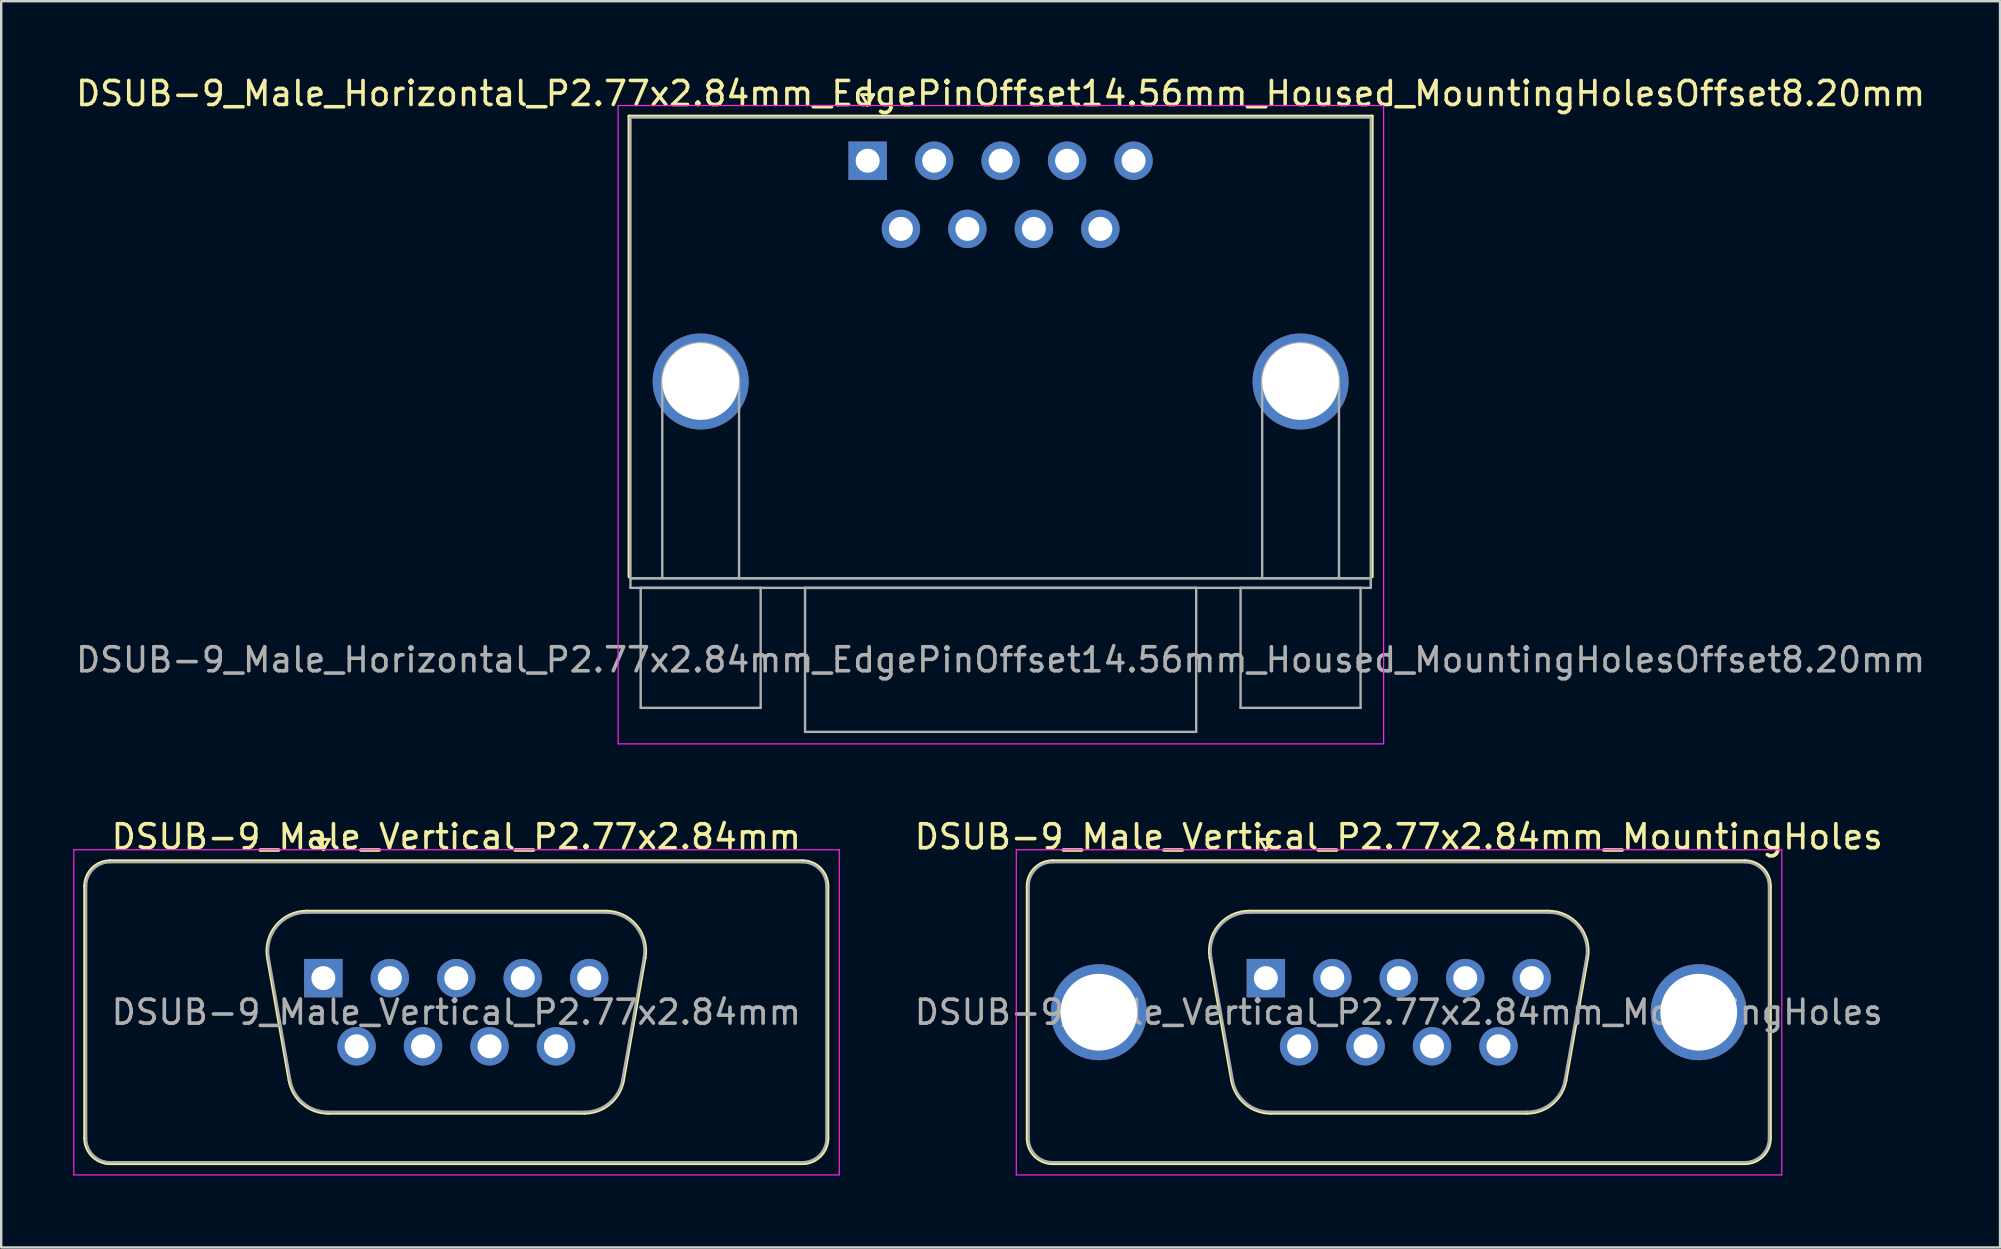
<source format=kicad_pcb>
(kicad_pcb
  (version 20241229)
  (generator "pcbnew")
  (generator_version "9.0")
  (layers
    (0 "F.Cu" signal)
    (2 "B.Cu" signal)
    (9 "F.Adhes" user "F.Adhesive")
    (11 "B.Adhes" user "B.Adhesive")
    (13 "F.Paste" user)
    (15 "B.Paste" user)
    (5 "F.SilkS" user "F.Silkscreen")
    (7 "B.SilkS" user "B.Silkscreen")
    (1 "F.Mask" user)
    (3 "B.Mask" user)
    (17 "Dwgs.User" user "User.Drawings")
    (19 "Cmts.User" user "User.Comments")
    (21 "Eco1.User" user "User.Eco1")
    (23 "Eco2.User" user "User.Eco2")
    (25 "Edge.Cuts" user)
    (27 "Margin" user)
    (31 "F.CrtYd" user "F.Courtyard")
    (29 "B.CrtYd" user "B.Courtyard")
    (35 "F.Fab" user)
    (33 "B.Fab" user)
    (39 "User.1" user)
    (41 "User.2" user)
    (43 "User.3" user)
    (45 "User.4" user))
  (footprint "DSUB-9_Male_Vertical_P2.77x2.84mm_MountingHoles"
    (layer "F.Cu")
    (at 49.702 37.712)
    (property "Reference" "DSUB-9_Male_Vertical_P2.77x2.84mm_MountingHoles" (at 5.54 -5.89 0) (layer "F.SilkS") (effects (font (size 1 1) (thickness 0.15))))
    (attr through_hole)
    (fp_line (start -9.945 6.67) (end -9.945 -3.83) (stroke (width 0.12) (type solid)) (layer "F.SilkS"))
    (fp_line (start -8.885 -4.89) (end 19.965 -4.89) (stroke (width 0.12) (type solid)) (layer "F.SilkS"))
    (fp_line (start -2.326 -0.842) (end -1.427 4.258) (stroke (width 0.12) (type solid)) (layer "F.SilkS"))
    (fp_line (start -0.692 -2.79) (end 11.772 -2.79) (stroke (width 0.12) (type solid)) (layer "F.SilkS"))
    (fp_line (start -0.25 -5.784) (end 0.25 -5.784) (stroke (width 0.12) (type solid)) (layer "F.SilkS"))
    (fp_line (start 0 -5.351) (end -0.25 -5.784) (stroke (width 0.12) (type solid)) (layer "F.SilkS"))
    (fp_line (start 0.208 5.63) (end 10.872 5.63) (stroke (width 0.12) (type solid)) (layer "F.SilkS"))
    (fp_line (start 0.25 -5.784) (end 0 -5.351) (stroke (width 0.12) (type solid)) (layer "F.SilkS"))
    (fp_line (start 13.406 -0.842) (end 12.507 4.258) (stroke (width 0.12) (type solid)) (layer "F.SilkS"))
    (fp_line (start 19.965 7.73) (end -8.885 7.73) (stroke (width 0.12) (type solid)) (layer "F.SilkS"))
    (fp_line (start 21.025 -3.83) (end 21.025 6.67) (stroke (width 0.12) (type solid)) (layer "F.SilkS"))
    (fp_arc (start -9.945 -3.83) (mid -9.634533 -4.579533) (end -8.885 -4.89) (stroke (width 0.12) (type solid)) (layer "F.SilkS"))
    (fp_arc (start -8.885 7.73) (mid -9.634533 7.419533) (end -9.945 6.67) (stroke (width 0.12) (type solid)) (layer "F.SilkS"))
    (fp_arc (start -2.32647 -0.841744) (mid -1.963323 -2.197028) (end -0.691689 -2.79) (stroke (width 0.12) (type solid)) (layer "F.SilkS"))
    (fp_arc (start 0.207579 5.63) (mid -0.859448 5.241634) (end -1.427202 4.258256) (stroke (width 0.12) (type solid)) (layer "F.SilkS"))
    (fp_arc (start 11.771689 -2.79) (mid 13.043323 -2.197027) (end 13.40647 -0.841744) (stroke (width 0.12) (type solid)) (layer "F.SilkS"))
    (fp_arc (start 12.507202 4.258256) (mid 11.939449 5.241634) (end 10.872421 5.63) (stroke (width 0.12) (type solid)) (layer "F.SilkS"))
    (fp_arc (start 19.965 -4.89) (mid 20.714533 -4.579533) (end 21.025 -3.83) (stroke (width 0.12) (type solid)) (layer "F.SilkS"))
    (fp_arc (start 21.025 6.67) (mid 20.714533 7.419533) (end 19.965 7.73) (stroke (width 0.12) (type solid)) (layer "F.SilkS"))
    (fp_line (start -10.4 -5.35) (end -10.4 8.2) (stroke (width 0.05) (type solid)) (layer "F.CrtYd"))
    (fp_line (start -10.4 8.2) (end 21.5 8.2) (stroke (width 0.05) (type solid)) (layer "F.CrtYd"))
    (fp_line (start 21.5 -5.35) (end -10.4 -5.35) (stroke (width 0.05) (type solid)) (layer "F.CrtYd"))
    (fp_line (start 21.5 8.2) (end 21.5 -5.35) (stroke (width 0.05) (type solid)) (layer "F.CrtYd"))
    (fp_line (start -9.885 6.67) (end -9.885 -3.83) (stroke (width 0.1) (type solid)) (layer "F.Fab"))
    (fp_line (start -8.885 -4.83) (end 19.965 -4.83) (stroke (width 0.1) (type solid)) (layer "F.Fab"))
    (fp_line (start -2.279 -0.852) (end -1.38 4.248) (stroke (width 0.1) (type solid)) (layer "F.Fab"))
    (fp_line (start -0.703 -2.73) (end 11.783 -2.73) (stroke (width 0.1) (type solid)) (layer "F.Fab"))
    (fp_line (start 0.196 5.57) (end 10.884 5.57) (stroke (width 0.1) (type solid)) (layer "F.Fab"))
    (fp_line (start 13.359 -0.852) (end 12.46 4.248) (stroke (width 0.1) (type solid)) (layer "F.Fab"))
    (fp_line (start 19.965 7.67) (end -8.885 7.67) (stroke (width 0.1) (type solid)) (layer "F.Fab"))
    (fp_line (start 20.965 -3.83) (end 20.965 6.67) (stroke (width 0.1) (type solid)) (layer "F.Fab"))
    (fp_arc (start -9.885 -3.83) (mid -9.592107 -4.537107) (end -8.885 -4.83) (stroke (width 0.1) (type solid)) (layer "F.Fab"))
    (fp_arc (start -8.885 7.67) (mid -9.592107 7.377107) (end -9.885 6.67) (stroke (width 0.1) (type solid)) (layer "F.Fab"))
    (fp_arc (start -2.278886 -0.852163) (mid -1.928865 -2.15846) (end -0.703194 -2.73) (stroke (width 0.1) (type solid)) (layer "F.Fab"))
    (fp_arc (start 0.196073 5.57) (mid -0.832387 5.195671) (end -1.379619 4.247837) (stroke (width 0.1) (type solid)) (layer "F.Fab"))
    (fp_arc (start 11.783194 -2.73) (mid 13.008865 -2.15846) (end 13.358886 -0.852163) (stroke (width 0.1) (type solid)) (layer "F.Fab"))
    (fp_arc (start 12.459619 4.247837) (mid 11.912387 5.195671) (end 10.883927 5.57) (stroke (width 0.1) (type solid)) (layer "F.Fab"))
    (fp_arc (start 19.965 -4.83) (mid 20.672107 -4.537107) (end 20.965 -3.83) (stroke (width 0.1) (type solid)) (layer "F.Fab"))
    (fp_arc (start 20.965 6.67) (mid 20.672107 7.377107) (end 19.965 7.67) (stroke (width 0.1) (type solid)) (layer "F.Fab"))
    (fp_text user "${REFERENCE}" (at 5.54 1.42 0) (layer "F.Fab") (effects (font (size 1 1) (thickness 0.15))))
    (pad "0" thru_hole circle (at -6.96 1.42) (size 4 4) (drill 3.2) (layers "*.Cu" "*.Mask"))
    (pad "0" thru_hole circle (at 18.04 1.42) (size 4 4) (drill 3.2) (layers "*.Cu" "*.Mask"))
    (pad "1" thru_hole rect (at 0 0) (size 1.6 1.6) (drill 1) (layers "*.Cu" "*.Mask"))
    (pad "2" thru_hole circle (at 2.77 0) (size 1.6 1.6) (drill 1) (layers "*.Cu" "*.Mask"))
    (pad "3" thru_hole circle (at 5.54 0) (size 1.6 1.6) (drill 1) (layers "*.Cu" "*.Mask"))
    (pad "4" thru_hole circle (at 8.31 0) (size 1.6 1.6) (drill 1) (layers "*.Cu" "*.Mask"))
    (pad "5" thru_hole circle (at 11.08 0) (size 1.6 1.6) (drill 1) (layers "*.Cu" "*.Mask"))
    (pad "6" thru_hole circle (at 1.385 2.84) (size 1.6 1.6) (drill 1) (layers "*.Cu" "*.Mask"))
    (pad "7" thru_hole circle (at 4.155 2.84) (size 1.6 1.6) (drill 1) (layers "*.Cu" "*.Mask"))
    (pad "8" thru_hole circle (at 6.925 2.84) (size 1.6 1.6) (drill 1) (layers "*.Cu" "*.Mask"))
    (pad "9" thru_hole circle (at 9.695 2.84) (size 1.6 1.6) (drill 1) (layers "*.Cu" "*.Mask")))
  (footprint "DSUB-9_Male_Vertical_P2.77x2.84mm"
    (layer "F.Cu")
    (at 10.425 37.712)
    (property "Reference" "DSUB-9_Male_Vertical_P2.77x2.84mm" (at 5.54 -5.89 0) (layer "F.SilkS") (effects (font (size 1 1) (thickness 0.15))))
    (attr through_hole)
    (fp_line (start -9.945 6.67) (end -9.945 -3.83) (stroke (width 0.12) (type solid)) (layer "F.SilkS"))
    (fp_line (start -8.885 -4.89) (end 19.965 -4.89) (stroke (width 0.12) (type solid)) (layer "F.SilkS"))
    (fp_line (start -2.326 -0.842) (end -1.427 4.258) (stroke (width 0.12) (type solid)) (layer "F.SilkS"))
    (fp_line (start -0.692 -2.79) (end 11.772 -2.79) (stroke (width 0.12) (type solid)) (layer "F.SilkS"))
    (fp_line (start -0.25 -5.784) (end 0.25 -5.784) (stroke (width 0.12) (type solid)) (layer "F.SilkS"))
    (fp_line (start 0 -5.351) (end -0.25 -5.784) (stroke (width 0.12) (type solid)) (layer "F.SilkS"))
    (fp_line (start 0.208 5.63) (end 10.872 5.63) (stroke (width 0.12) (type solid)) (layer "F.SilkS"))
    (fp_line (start 0.25 -5.784) (end 0 -5.351) (stroke (width 0.12) (type solid)) (layer "F.SilkS"))
    (fp_line (start 13.406 -0.842) (end 12.507 4.258) (stroke (width 0.12) (type solid)) (layer "F.SilkS"))
    (fp_line (start 19.965 7.73) (end -8.885 7.73) (stroke (width 0.12) (type solid)) (layer "F.SilkS"))
    (fp_line (start 21.025 -3.83) (end 21.025 6.67) (stroke (width 0.12) (type solid)) (layer "F.SilkS"))
    (fp_arc (start -9.945 -3.83) (mid -9.634533 -4.579533) (end -8.885 -4.89) (stroke (width 0.12) (type solid)) (layer "F.SilkS"))
    (fp_arc (start -8.885 7.73) (mid -9.634533 7.419533) (end -9.945 6.67) (stroke (width 0.12) (type solid)) (layer "F.SilkS"))
    (fp_arc (start -2.32647 -0.841744) (mid -1.963323 -2.197028) (end -0.691689 -2.79) (stroke (width 0.12) (type solid)) (layer "F.SilkS"))
    (fp_arc (start 0.207579 5.63) (mid -0.859448 5.241634) (end -1.427202 4.258256) (stroke (width 0.12) (type solid)) (layer "F.SilkS"))
    (fp_arc (start 11.771689 -2.79) (mid 13.043323 -2.197027) (end 13.40647 -0.841744) (stroke (width 0.12) (type solid)) (layer "F.SilkS"))
    (fp_arc (start 12.507202 4.258256) (mid 11.939449 5.241634) (end 10.872421 5.63) (stroke (width 0.12) (type solid)) (layer "F.SilkS"))
    (fp_arc (start 19.965 -4.89) (mid 20.714533 -4.579533) (end 21.025 -3.83) (stroke (width 0.12) (type solid)) (layer "F.SilkS"))
    (fp_arc (start 21.025 6.67) (mid 20.714533 7.419533) (end 19.965 7.73) (stroke (width 0.12) (type solid)) (layer "F.SilkS"))
    (fp_line (start -10.4 -5.35) (end -10.4 8.2) (stroke (width 0.05) (type solid)) (layer "F.CrtYd"))
    (fp_line (start -10.4 8.2) (end 21.5 8.2) (stroke (width 0.05) (type solid)) (layer "F.CrtYd"))
    (fp_line (start 21.5 -5.35) (end -10.4 -5.35) (stroke (width 0.05) (type solid)) (layer "F.CrtYd"))
    (fp_line (start 21.5 8.2) (end 21.5 -5.35) (stroke (width 0.05) (type solid)) (layer "F.CrtYd"))
    (fp_line (start -9.885 6.67) (end -9.885 -3.83) (stroke (width 0.1) (type solid)) (layer "F.Fab"))
    (fp_line (start -8.885 -4.83) (end 19.965 -4.83) (stroke (width 0.1) (type solid)) (layer "F.Fab"))
    (fp_line (start -2.279 -0.852) (end -1.38 4.248) (stroke (width 0.1) (type solid)) (layer "F.Fab"))
    (fp_line (start -0.703 -2.73) (end 11.783 -2.73) (stroke (width 0.1) (type solid)) (layer "F.Fab"))
    (fp_line (start 0.196 5.57) (end 10.884 5.57) (stroke (width 0.1) (type solid)) (layer "F.Fab"))
    (fp_line (start 13.359 -0.852) (end 12.46 4.248) (stroke (width 0.1) (type solid)) (layer "F.Fab"))
    (fp_line (start 19.965 7.67) (end -8.885 7.67) (stroke (width 0.1) (type solid)) (layer "F.Fab"))
    (fp_line (start 20.965 -3.83) (end 20.965 6.67) (stroke (width 0.1) (type solid)) (layer "F.Fab"))
    (fp_arc (start -9.885 -3.83) (mid -9.592107 -4.537107) (end -8.885 -4.83) (stroke (width 0.1) (type solid)) (layer "F.Fab"))
    (fp_arc (start -8.885 7.67) (mid -9.592107 7.377107) (end -9.885 6.67) (stroke (width 0.1) (type solid)) (layer "F.Fab"))
    (fp_arc (start -2.278886 -0.852163) (mid -1.928865 -2.15846) (end -0.703194 -2.73) (stroke (width 0.1) (type solid)) (layer "F.Fab"))
    (fp_arc (start 0.196073 5.57) (mid -0.832387 5.195671) (end -1.379619 4.247837) (stroke (width 0.1) (type solid)) (layer "F.Fab"))
    (fp_arc (start 11.783194 -2.73) (mid 13.008865 -2.15846) (end 13.358886 -0.852163) (stroke (width 0.1) (type solid)) (layer "F.Fab"))
    (fp_arc (start 12.459619 4.247837) (mid 11.912387 5.195671) (end 10.883927 5.57) (stroke (width 0.1) (type solid)) (layer "F.Fab"))
    (fp_arc (start 19.965 -4.83) (mid 20.672107 -4.537107) (end 20.965 -3.83) (stroke (width 0.1) (type solid)) (layer "F.Fab"))
    (fp_arc (start 20.965 6.67) (mid 20.672107 7.377107) (end 19.965 7.67) (stroke (width 0.1) (type solid)) (layer "F.Fab"))
    (fp_text user "${REFERENCE}" (at 5.54 1.42 0) (layer "F.Fab") (effects (font (size 1 1) (thickness 0.15))))
    (pad "1" thru_hole rect (at 0 0) (size 1.6 1.6) (drill 1) (layers "*.Cu" "*.Mask"))
    (pad "2" thru_hole circle (at 2.77 0) (size 1.6 1.6) (drill 1) (layers "*.Cu" "*.Mask"))
    (pad "3" thru_hole circle (at 5.54 0) (size 1.6 1.6) (drill 1) (layers "*.Cu" "*.Mask"))
    (pad "4" thru_hole circle (at 8.31 0) (size 1.6 1.6) (drill 1) (layers "*.Cu" "*.Mask"))
    (pad "5" thru_hole circle (at 11.08 0) (size 1.6 1.6) (drill 1) (layers "*.Cu" "*.Mask"))
    (pad "6" thru_hole circle (at 1.385 2.84) (size 1.6 1.6) (drill 1) (layers "*.Cu" "*.Mask"))
    (pad "7" thru_hole circle (at 4.155 2.84) (size 1.6 1.6) (drill 1) (layers "*.Cu" "*.Mask"))
    (pad "8" thru_hole circle (at 6.925 2.84) (size 1.6 1.6) (drill 1) (layers "*.Cu" "*.Mask"))
    (pad "9" thru_hole circle (at 9.695 2.84) (size 1.6 1.6) (drill 1) (layers "*.Cu" "*.Mask")))
  (footprint "DSUB-9_Male_Horizontal_P2.77x2.84mm_EdgePinOffset14.56mm_Housed_MountingHolesOffset8.20mm"
    (layer "F.Cu")
    (at 33.109 3.648)
    (property "Reference" "DSUB-9_Male_Horizontal_P2.77x2.84mm_EdgePinOffset14.56mm_Housed_MountingHolesOffset8.20mm" (at 5.54 -2.8 0) (layer "F.SilkS") (effects (font (size 1 1) (thickness 0.15))))
    (attr through_hole)
    (fp_line (start -9.945 -1.86) (end 21.025 -1.86) (stroke (width 0.12) (type solid)) (layer "F.SilkS"))
    (fp_line (start -9.945 17.34) (end -9.945 -1.86) (stroke (width 0.12) (type solid)) (layer "F.SilkS"))
    (fp_line (start -0.25 -2.754) (end 0.25 -2.754) (stroke (width 0.12) (type solid)) (layer "F.SilkS"))
    (fp_line (start 0 -2.321) (end -0.25 -2.754) (stroke (width 0.12) (type solid)) (layer "F.SilkS"))
    (fp_line (start 0.25 -2.754) (end 0 -2.321) (stroke (width 0.12) (type solid)) (layer "F.SilkS"))
    (fp_line (start 21.025 -1.86) (end 21.025 17.34) (stroke (width 0.12) (type solid)) (layer "F.SilkS"))
    (fp_line (start -10.4 -2.3) (end -10.4 24.3) (stroke (width 0.05) (type solid)) (layer "F.CrtYd"))
    (fp_line (start -10.4 24.3) (end 21.5 24.3) (stroke (width 0.05) (type solid)) (layer "F.CrtYd"))
    (fp_line (start 21.5 -2.3) (end -10.4 -2.3) (stroke (width 0.05) (type solid)) (layer "F.CrtYd"))
    (fp_line (start 21.5 24.3) (end 21.5 -2.3) (stroke (width 0.05) (type solid)) (layer "F.CrtYd"))
    (fp_line (start -9.885 -1.8) (end -9.885 17.4) (stroke (width 0.1) (type solid)) (layer "F.Fab"))
    (fp_line (start -9.885 17.4) (end -9.885 17.8) (stroke (width 0.1) (type solid)) (layer "F.Fab"))
    (fp_line (start -9.885 17.4) (end 20.965 17.4) (stroke (width 0.1) (type solid)) (layer "F.Fab"))
    (fp_line (start -9.885 17.8) (end 20.965 17.8) (stroke (width 0.1) (type solid)) (layer "F.Fab"))
    (fp_line (start -9.46 17.8) (end -9.46 22.8) (stroke (width 0.1) (type solid)) (layer "F.Fab"))
    (fp_line (start -9.46 22.8) (end -4.46 22.8) (stroke (width 0.1) (type solid)) (layer "F.Fab"))
    (fp_line (start -8.56 17.4) (end -8.56 9.2) (stroke (width 0.1) (type solid)) (layer "F.Fab"))
    (fp_line (start -5.36 17.4) (end -5.36 9.2) (stroke (width 0.1) (type solid)) (layer "F.Fab"))
    (fp_line (start -4.46 17.8) (end -9.46 17.8) (stroke (width 0.1) (type solid)) (layer "F.Fab"))
    (fp_line (start -4.46 22.8) (end -4.46 17.8) (stroke (width 0.1) (type solid)) (layer "F.Fab"))
    (fp_line (start -2.61 17.8) (end -2.61 23.8) (stroke (width 0.1) (type solid)) (layer "F.Fab"))
    (fp_line (start -2.61 23.8) (end 13.69 23.8) (stroke (width 0.1) (type solid)) (layer "F.Fab"))
    (fp_line (start 13.69 17.8) (end -2.61 17.8) (stroke (width 0.1) (type solid)) (layer "F.Fab"))
    (fp_line (start 13.69 23.8) (end 13.69 17.8) (stroke (width 0.1) (type solid)) (layer "F.Fab"))
    (fp_line (start 15.54 17.8) (end 15.54 22.8) (stroke (width 0.1) (type solid)) (layer "F.Fab"))
    (fp_line (start 15.54 22.8) (end 20.54 22.8) (stroke (width 0.1) (type solid)) (layer "F.Fab"))
    (fp_line (start 16.44 17.4) (end 16.44 9.2) (stroke (width 0.1) (type solid)) (layer "F.Fab"))
    (fp_line (start 19.64 17.4) (end 19.64 9.2) (stroke (width 0.1) (type solid)) (layer "F.Fab"))
    (fp_line (start 20.54 17.8) (end 15.54 17.8) (stroke (width 0.1) (type solid)) (layer "F.Fab"))
    (fp_line (start 20.54 22.8) (end 20.54 17.8) (stroke (width 0.1) (type solid)) (layer "F.Fab"))
    (fp_line (start 20.965 -1.8) (end -9.885 -1.8) (stroke (width 0.1) (type solid)) (layer "F.Fab"))
    (fp_line (start 20.965 17.4) (end -9.885 17.4) (stroke (width 0.1) (type solid)) (layer "F.Fab"))
    (fp_line (start 20.965 17.4) (end 20.965 -1.8) (stroke (width 0.1) (type solid)) (layer "F.Fab"))
    (fp_line (start 20.965 17.8) (end 20.965 17.4) (stroke (width 0.1) (type solid)) (layer "F.Fab"))
    (fp_arc (start -8.56 9.2) (mid -6.96 7.6) (end -5.36 9.2) (stroke (width 0.1) (type solid)) (layer "F.Fab"))
    (fp_arc (start 16.44 9.2) (mid 18.04 7.6) (end 19.64 9.2) (stroke (width 0.1) (type solid)) (layer "F.Fab"))
    (fp_text user "${REFERENCE}" (at 5.54 20.8 0) (layer "F.Fab") (effects (font (size 1 1) (thickness 0.15))))
    (pad "0" thru_hole circle (at -6.96 9.2) (size 4 4) (drill 3.2) (layers "*.Cu" "*.Mask"))
    (pad "0" thru_hole circle (at 18.04 9.2) (size 4 4) (drill 3.2) (layers "*.Cu" "*.Mask"))
    (pad "1" thru_hole rect (at 0 0) (size 1.6 1.6) (drill 1) (layers "*.Cu" "*.Mask"))
    (pad "2" thru_hole circle (at 2.77 0) (size 1.6 1.6) (drill 1) (layers "*.Cu" "*.Mask"))
    (pad "3" thru_hole circle (at 5.54 0) (size 1.6 1.6) (drill 1) (layers "*.Cu" "*.Mask"))
    (pad "4" thru_hole circle (at 8.31 0) (size 1.6 1.6) (drill 1) (layers "*.Cu" "*.Mask"))
    (pad "5" thru_hole circle (at 11.08 0) (size 1.6 1.6) (drill 1) (layers "*.Cu" "*.Mask"))
    (pad "6" thru_hole circle (at 1.385 2.84) (size 1.6 1.6) (drill 1) (layers "*.Cu" "*.Mask"))
    (pad "7" thru_hole circle (at 4.155 2.84) (size 1.6 1.6) (drill 1) (layers "*.Cu" "*.Mask"))
    (pad "8" thru_hole circle (at 6.925 2.84) (size 1.6 1.6) (drill 1) (layers "*.Cu" "*.Mask"))
    (pad "9" thru_hole circle (at 9.695 2.84) (size 1.6 1.6) (drill 1) (layers "*.Cu" "*.Mask")))
  (gr_rect
    (start -3 -3)
    (end 80.298 48.937)
    (stroke (width 0.1) (type default))
    (fill no)
    (layer "Edge.Cuts")))
</source>
